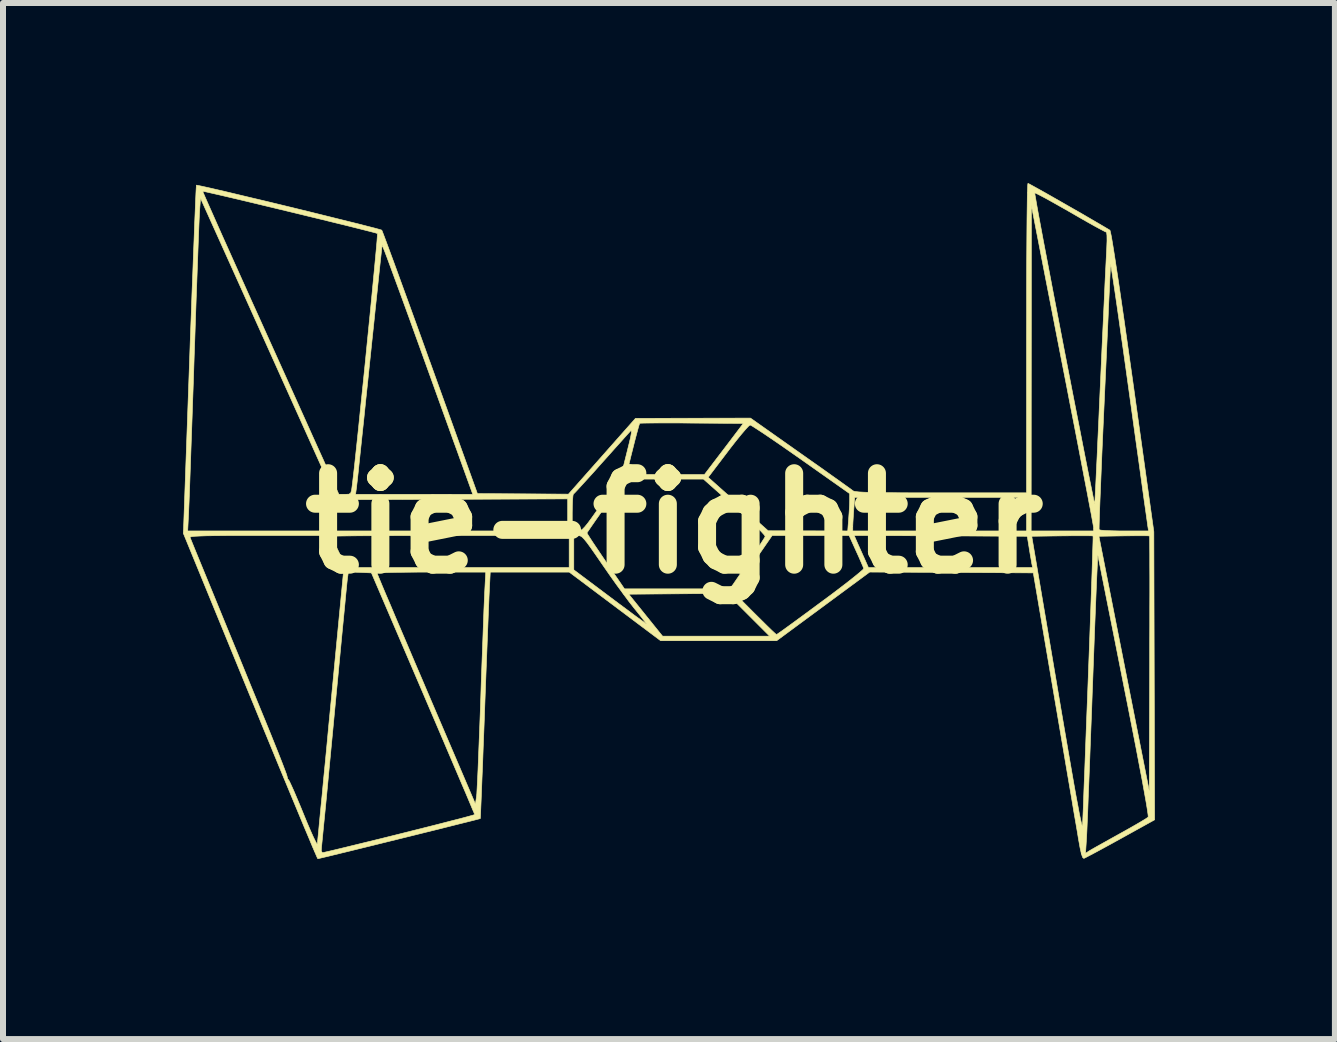
<source format=kicad_pcb>
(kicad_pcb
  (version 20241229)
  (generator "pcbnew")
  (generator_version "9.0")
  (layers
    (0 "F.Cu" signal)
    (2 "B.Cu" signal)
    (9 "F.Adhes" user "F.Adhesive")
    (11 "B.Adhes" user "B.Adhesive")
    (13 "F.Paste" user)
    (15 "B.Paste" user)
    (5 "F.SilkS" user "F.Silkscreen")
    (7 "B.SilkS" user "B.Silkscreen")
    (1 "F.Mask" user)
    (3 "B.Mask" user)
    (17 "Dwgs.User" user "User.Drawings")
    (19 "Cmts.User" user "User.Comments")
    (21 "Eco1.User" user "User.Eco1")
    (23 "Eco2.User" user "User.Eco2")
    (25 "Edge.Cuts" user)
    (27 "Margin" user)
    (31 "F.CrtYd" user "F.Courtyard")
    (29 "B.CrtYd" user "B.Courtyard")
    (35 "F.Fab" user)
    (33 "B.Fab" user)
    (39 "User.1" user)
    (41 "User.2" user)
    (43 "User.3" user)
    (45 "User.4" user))
  (footprint "tie-fighter"
    (layer "F.Cu")
    (at 8.186 5.669)
    (property "Reference" "tie-fighter" (at 0 0 0) (layer "F.SilkS") (effects (font (size 1.524 1.524) (thickness 0.3))))
    (attr through_hole)
    (fp_poly (pts (xy 5.916 -5.652) (xy 5.978 -5.618) (xy 6.072 -5.566) (xy 6.19 -5.5) (xy 6.325 -5.423) (xy 6.472 -5.339) (xy 6.624 -5.252) (xy 6.775 -5.166) (xy 6.917 -5.083) (xy 7.044 -5.009) (xy 7.15 -4.947) (xy 7.229 -4.9) (xy 7.257 -4.883) (xy 7.265 -4.854) (xy 7.281 -4.777) (xy 7.302 -4.653) (xy 7.329 -4.484) (xy 7.362 -4.27) (xy 7.401 -4.014) (xy 7.444 -3.718) (xy 7.493 -3.383) (xy 7.546 -3.01) (xy 7.604 -2.601) (xy 7.638 -2.362) (xy 7.988 0.14) (xy 8.001 4.94) (xy 7.427 5.258) (xy 7.271 5.344) (xy 7.128 5.422) (xy 7.006 5.488) (xy 6.909 5.539) (xy 6.846 5.572) (xy 6.822 5.583) (xy 6.802 5.567) (xy 6.781 5.508) (xy 6.779 5.498) (xy 6.85 5.498) (xy 6.911 5.458) (xy 6.952 5.434) (xy 7.029 5.39) (xy 7.135 5.331) (xy 7.262 5.26) (xy 7.402 5.182) (xy 7.422 5.171) (xy 7.56 5.094) (xy 7.683 5.024) (xy 7.784 4.965) (xy 7.856 4.921) (xy 7.892 4.896) (xy 7.894 4.894) (xy 7.893 4.864) (xy 7.882 4.785) (xy 7.862 4.661) (xy 7.832 4.493) (xy 7.794 4.282) (xy 7.746 4.03) (xy 7.691 3.739) (xy 7.627 3.412) (xy 7.556 3.049) (xy 7.49 2.718) (xy 7.426 2.394) (xy 7.365 2.085) (xy 7.307 1.793) (xy 7.253 1.523) (xy 7.204 1.277) (xy 7.161 1.06) (xy 7.124 0.875) (xy 7.095 0.727) (xy 7.073 0.618) (xy 7.06 0.552) (xy 7.056 0.533) (xy 7.054 0.552) (xy 7.05 0.619) (xy 7.045 0.729) (xy 7.038 0.879) (xy 7.03 1.066) (xy 7.021 1.287) (xy 7.011 1.537) (xy 7 1.813) (xy 6.989 2.112) (xy 6.977 2.43) (xy 6.965 2.763) (xy 6.964 2.769) (xy 6.952 3.11) (xy 6.939 3.44) (xy 6.927 3.757) (xy 6.916 4.054) (xy 6.905 4.329) (xy 6.895 4.577) (xy 6.887 4.795) (xy 6.879 4.977) (xy 6.873 5.12) (xy 6.868 5.221) (xy 6.865 5.27) (xy 6.85 5.498) (xy 6.779 5.498) (xy 6.758 5.403) (xy 6.745 5.329) (xy 6.733 5.264) (xy 6.715 5.152) (xy 6.689 5) (xy 6.656 4.81) (xy 6.619 4.587) (xy 6.576 4.335) (xy 6.529 4.059) (xy 6.479 3.763) (xy 6.426 3.451) (xy 6.371 3.127) (xy 6.34 2.946) (xy 5.98 0.826) (xy 3.254 0.812) (xy 2.479 1.384) (xy 1.704 1.956) (xy -0.229 1.956) (xy -0.991 1.384) (xy -1.752 0.813) (xy -3.068 0.813) (xy -3.084 1.137) (xy -3.088 1.218) (xy -3.093 1.345) (xy -3.1 1.513) (xy -3.108 1.715) (xy -3.117 1.947) (xy -3.127 2.204) (xy -3.138 2.481) (xy -3.149 2.772) (xy -3.16 3.072) (xy -3.164 3.187) (xy -3.175 3.478) (xy -3.186 3.754) (xy -3.195 4.01) (xy -3.205 4.243) (xy -3.213 4.449) (xy -3.22 4.622) (xy -3.226 4.76) (xy -3.23 4.857) (xy -3.233 4.91) (xy -3.234 4.919) (xy -3.259 4.926) (xy -3.328 4.944) (xy -3.435 4.971) (xy -3.576 5.006) (xy -3.743 5.048) (xy -3.933 5.096) (xy -4.14 5.147) (xy -4.357 5.201) (xy -4.58 5.256) (xy -4.803 5.311) (xy -5.021 5.365) (xy -5.229 5.416) (xy -5.42 5.463) (xy -5.589 5.504) (xy -5.732 5.539) (xy -5.841 5.565) (xy -5.913 5.582) (xy -5.941 5.588) (xy -5.941 5.588) (xy -5.953 5.565) (xy -5.982 5.498) (xy -5.999 5.459) (xy -5.883 5.459) (xy -5.867 5.486) (xy -5.861 5.487) (xy -5.831 5.481) (xy -5.756 5.464) (xy -5.642 5.437) (xy -5.493 5.401) (xy -5.313 5.357) (xy -5.108 5.307) (xy -4.883 5.252) (xy -4.642 5.192) (xy -4.578 5.176) (xy -4.335 5.115) (xy -4.108 5.058) (xy -3.9 5.005) (xy -3.718 4.958) (xy -3.565 4.919) (xy -3.446 4.887) (xy -3.366 4.865) (xy -3.329 4.853) (xy -3.327 4.852) (xy -3.337 4.827) (xy -3.366 4.759) (xy -3.411 4.651) (xy -3.472 4.506) (xy -3.548 4.329) (xy -3.636 4.122) (xy -3.736 3.888) (xy -3.845 3.632) (xy -3.963 3.356) (xy -4.088 3.064) (xy -4.187 2.832) (xy -5.045 0.832) (xy -4.953 0.832) (xy -4.943 0.858) (xy -4.915 0.926) (xy -4.87 1.035) (xy -4.809 1.18) (xy -4.733 1.357) (xy -4.646 1.564) (xy -4.547 1.796) (xy -4.438 2.051) (xy -4.322 2.324) (xy -4.198 2.613) (xy -4.134 2.764) (xy -3.315 4.677) (xy -3.297 4.554) (xy -3.292 4.507) (xy -3.287 4.414) (xy -3.28 4.28) (xy -3.272 4.11) (xy -3.264 3.908) (xy -3.255 3.68) (xy -3.245 3.431) (xy -3.235 3.164) (xy -3.226 2.908) (xy -3.217 2.625) (xy -3.207 2.349) (xy -3.197 2.086) (xy -3.188 1.841) (xy -3.18 1.62) (xy -3.173 1.429) (xy -3.166 1.273) (xy -3.161 1.158) (xy -3.158 1.099) (xy -3.143 0.813) (xy -4.048 0.813) (xy -4.257 0.813) (xy -4.448 0.815) (xy -4.617 0.817) (xy -4.758 0.82) (xy -4.865 0.824) (xy -4.932 0.828) (xy -4.953 0.832) (xy -5.045 0.832) (xy -5.047 0.826) (xy -5.24 0.818) (xy -5.432 0.811) (xy -5.447 0.92) (xy -5.452 0.961) (xy -5.461 1.05) (xy -5.474 1.18) (xy -5.49 1.35) (xy -5.51 1.555) (xy -5.533 1.79) (xy -5.558 2.052) (xy -5.585 2.337) (xy -5.614 2.642) (xy -5.645 2.961) (xy -5.664 3.162) (xy -5.695 3.489) (xy -5.725 3.802) (xy -5.753 4.098) (xy -5.779 4.374) (xy -5.803 4.625) (xy -5.825 4.847) (xy -5.844 5.037) (xy -5.859 5.191) (xy -5.87 5.304) (xy -5.877 5.372) (xy -5.879 5.391) (xy -5.883 5.459) (xy -5.999 5.459) (xy -6.029 5.39) (xy -6.09 5.243) (xy -6.167 5.061) (xy -6.256 4.847) (xy -6.357 4.604) (xy -6.469 4.334) (xy -6.591 4.04) (xy -6.72 3.726) (xy -6.857 3.394) (xy -6.999 3.047) (xy -7.069 2.878) (xy -8.153 0.235) (xy -8.07 0.235) (xy -8.057 0.266) (xy -8.027 0.34) (xy -7.981 0.453) (xy -7.921 0.599) (xy -7.849 0.774) (xy -7.767 0.974) (xy -7.676 1.195) (xy -7.579 1.432) (xy -7.477 1.681) (xy -7.372 1.937) (xy -7.265 2.196) (xy -7.16 2.453) (xy -7.057 2.705) (xy -6.958 2.946) (xy -6.865 3.172) (xy -6.822 3.276) (xy -6.739 3.479) (xy -6.663 3.668) (xy -6.595 3.838) (xy -6.538 3.983) (xy -6.494 4.098) (xy -6.464 4.179) (xy -6.452 4.218) (xy -6.452 4.22) (xy -6.441 4.262) (xy -6.43 4.271) (xy -6.415 4.296) (xy -6.384 4.362) (xy -6.339 4.461) (xy -6.285 4.588) (xy -6.223 4.735) (xy -6.182 4.836) (xy -6.119 4.989) (xy -6.062 5.122) (xy -6.014 5.229) (xy -5.977 5.304) (xy -5.955 5.342) (xy -5.95 5.344) (xy -5.946 5.312) (xy -5.938 5.233) (xy -5.926 5.111) (xy -5.911 4.95) (xy -5.892 4.752) (xy -5.869 4.523) (xy -5.845 4.265) (xy -5.817 3.983) (xy -5.788 3.68) (xy -5.758 3.359) (xy -5.728 3.052) (xy -5.513 0.809) (xy -5.665 0.506) (xy -5.81 0.216) (xy -5.715 0.216) (xy -5.704 0.243) (xy -5.675 0.305) (xy -5.632 0.393) (xy -5.588 0.483) (xy -5.461 0.737) (xy -1.753 0.737) (xy -1.753 0.203) (xy -1.676 0.203) (xy -1.676 0.775) (xy -1.075 1.226) (xy -0.923 1.34) (xy -0.784 1.443) (xy -0.665 1.532) (xy -0.569 1.602) (xy -0.501 1.651) (xy -0.468 1.675) (xy -0.465 1.676) (xy -0.477 1.658) (xy -0.516 1.607) (xy -0.575 1.532) (xy -0.65 1.439) (xy -0.669 1.416) (xy -0.749 1.314) (xy -0.848 1.181) (xy -0.76 1.181) (xy -0.197 1.88) (xy 1.587 1.88) (xy 0.875 1.168) (xy -0.76 1.181) (xy -0.848 1.181) (xy -0.849 1.18) (xy -0.874 1.145) (xy 0.981 1.145) (xy 1.335 1.5) (xy 1.444 1.608) (xy 1.54 1.703) (xy 1.619 1.78) (xy 1.674 1.831) (xy 1.7 1.853) (xy 1.701 1.854) (xy 1.724 1.839) (xy 1.783 1.798) (xy 1.873 1.733) (xy 1.99 1.648) (xy 2.129 1.546) (xy 2.285 1.431) (xy 2.438 1.318) (xy 2.606 1.194) (xy 2.759 1.078) (xy 2.894 0.974) (xy 3.005 0.886) (xy 3.089 0.817) (xy 3.14 0.772) (xy 3.155 0.754) (xy 3.142 0.72) (xy 3.112 0.65) (xy 3.071 0.556) (xy 3.029 0.464) (xy 2.911 0.203) (xy 1.629 0.203) (xy 1.467 0.438) (xy 1.377 0.568) (xy 1.276 0.715) (xy 1.179 0.856) (xy 1.143 0.909) (xy 0.981 1.145) (xy -0.874 1.145) (xy -0.961 1.027) (xy -1.076 0.865) (xy -1.187 0.705) (xy -1.205 0.679) (xy -1.311 0.525) (xy -1.393 0.408) (xy -1.455 0.323) (xy -1.502 0.265) (xy -1.537 0.229) (xy -1.566 0.211) (xy -1.592 0.204) (xy -1.603 0.203) (xy -1.676 0.203) (xy -1.753 0.203) (xy -3.734 0.203) (xy -4.046 0.203) (xy -4.343 0.204) (xy -4.621 0.205) (xy -4.877 0.206) (xy -5.105 0.207) (xy -5.303 0.208) (xy -5.467 0.21) (xy -5.593 0.212) (xy -5.676 0.214) (xy -5.713 0.216) (xy -5.715 0.216) (xy -5.81 0.216) (xy -5.817 0.203) (xy -6.95 0.203) (xy -7.229 0.203) (xy -7.461 0.204) (xy -7.65 0.206) (xy -7.798 0.208) (xy -7.91 0.212) (xy -7.99 0.216) (xy -8.041 0.222) (xy -8.066 0.228) (xy -8.07 0.235) (xy -8.153 0.235) (xy -8.181 0.168) (xy -8.18 0.16) (xy -1.457 0.16) (xy -1.444 0.184) (xy -1.407 0.243) (xy -1.349 0.332) (xy -1.274 0.443) (xy -1.187 0.572) (xy -1.146 0.632) (xy -0.831 1.092) (xy 0.048 1.092) (xy 0.927 1.092) (xy 1.214 0.673) (xy 1.302 0.543) (xy 1.381 0.426) (xy 1.445 0.329) (xy 1.49 0.259) (xy 1.512 0.222) (xy 1.513 0.22) (xy 1.503 0.203) (xy 2.996 0.203) (xy 3.032 0.286) (xy 3.06 0.35) (xy 3.101 0.441) (xy 3.146 0.542) (xy 3.151 0.552) (xy 3.233 0.737) (xy 5.968 0.737) (xy 5.954 0.667) (xy 5.944 0.607) (xy 5.928 0.517) (xy 5.911 0.414) (xy 5.91 0.406) (xy 5.879 0.216) (xy 5.954 0.216) (xy 6.374 2.698) (xy 6.445 3.119) (xy 6.509 3.491) (xy 6.565 3.818) (xy 6.614 4.101) (xy 6.656 4.342) (xy 6.692 4.543) (xy 6.723 4.707) (xy 6.747 4.836) (xy 6.767 4.931) (xy 6.782 4.996) (xy 6.792 5.031) (xy 6.799 5.039) (xy 6.801 5.023) (xy 6.801 5.022) (xy 6.803 4.974) (xy 6.807 4.879) (xy 6.813 4.74) (xy 6.819 4.563) (xy 6.827 4.35) (xy 6.837 4.106) (xy 6.847 3.835) (xy 6.858 3.54) (xy 6.87 3.225) (xy 6.883 2.894) (xy 6.896 2.552) (xy 6.896 2.542) (xy 6.909 2.203) (xy 6.921 1.879) (xy 6.932 1.573) (xy 6.942 1.289) (xy 6.951 1.03) (xy 6.959 0.8) (xy 6.965 0.603) (xy 6.97 0.442) (xy 6.974 0.321) (xy 6.976 0.242) (xy 6.976 0.216) (xy 7.073 0.216) (xy 7.492 2.338) (xy 7.912 4.46) (xy 7.919 2.34) (xy 7.919 2.016) (xy 7.92 1.708) (xy 7.92 1.418) (xy 7.921 1.15) (xy 7.921 0.908) (xy 7.92 0.696) (xy 7.92 0.518) (xy 7.919 0.377) (xy 7.918 0.277) (xy 7.917 0.221) (xy 7.916 0.211) (xy 7.889 0.208) (xy 7.819 0.207) (xy 7.716 0.207) (xy 7.589 0.208) (xy 7.49 0.209) (xy 7.073 0.216) (xy 6.976 0.216) (xy 6.976 0.211) (xy 6.975 0.211) (xy 6.949 0.208) (xy 6.879 0.207) (xy 6.774 0.207) (xy 6.641 0.207) (xy 6.489 0.209) (xy 6.46 0.209) (xy 5.954 0.216) (xy 5.879 0.216) (xy 4.437 0.209) (xy 2.996 0.203) (xy 1.503 0.203) (xy 1.498 0.194) (xy 1.448 0.138) (xy 1.365 0.055) (xy 1.252 -0.051) (xy 1.114 -0.177) (xy 1.005 -0.275) (xy 0.484 -0.737) (xy -0.83 -0.737) (xy -1.142 -0.294) (xy -1.234 -0.163) (xy -1.316 -0.046) (xy -1.383 0.051) (xy -1.43 0.12) (xy -1.455 0.157) (xy -1.457 0.16) (xy -8.18 0.16) (xy -8.179 0.127) (xy -8.109 0.127) (xy -5.802 0.127) (xy -5.717 0.127) (xy -1.778 0.127) (xy -1.778 -0.176) (xy -1.702 -0.176) (xy -1.702 0.127) (xy -1.616 0.127) (xy -1.586 0.125) (xy -1.559 0.117) (xy -1.529 0.096) (xy -1.492 0.058) (xy -1.443 -0.002) (xy -1.378 -0.09) (xy -1.293 -0.21) (xy -1.21 -0.327) (xy -0.902 -0.766) (xy 0.563 -0.766) (xy 1.562 0.124) (xy 2.888 0.127) (xy 2.972 0.127) (xy 5.867 0.127) (xy 5.944 0.127) (xy 6.985 0.127) (xy 6.984 0.092) (xy 7.076 0.092) (xy 7.077 0.107) (xy 7.106 0.114) (xy 7.176 0.12) (xy 7.279 0.124) (xy 7.407 0.127) (xy 7.495 0.127) (xy 7.9 0.127) (xy 7.885 0.032) (xy 7.88 -0.007) (xy 7.868 -0.093) (xy 7.85 -0.221) (xy 7.826 -0.388) (xy 7.798 -0.59) (xy 7.766 -0.824) (xy 7.73 -1.084) (xy 7.69 -1.368) (xy 7.648 -1.671) (xy 7.604 -1.99) (xy 7.57 -2.235) (xy 7.525 -2.559) (xy 7.482 -2.865) (xy 7.441 -3.152) (xy 7.404 -3.416) (xy 7.37 -3.652) (xy 7.34 -3.858) (xy 7.314 -4.031) (xy 7.293 -4.166) (xy 7.278 -4.261) (xy 7.269 -4.312) (xy 7.266 -4.318) (xy 7.265 -4.28) (xy 7.261 -4.194) (xy 7.255 -4.066) (xy 7.248 -3.898) (xy 7.238 -3.696) (xy 7.228 -3.462) (xy 7.216 -3.201) (xy 7.203 -2.916) (xy 7.189 -2.611) (xy 7.174 -2.291) (xy 7.164 -2.071) (xy 7.149 -1.745) (xy 7.135 -1.433) (xy 7.122 -1.139) (xy 7.111 -0.867) (xy 7.101 -0.621) (xy 7.092 -0.405) (xy 7.085 -0.221) (xy 7.08 -0.075) (xy 7.077 0.031) (xy 7.076 0.092) (xy 6.984 0.092) (xy 6.984 0.07) (xy 6.979 0.038) (xy 6.965 -0.041) (xy 6.943 -0.163) (xy 6.912 -0.325) (xy 6.875 -0.523) (xy 6.83 -0.755) (xy 6.78 -1.017) (xy 6.725 -1.305) (xy 6.665 -1.616) (xy 6.6 -1.947) (xy 6.533 -2.295) (xy 6.465 -2.642) (xy 5.948 -5.296) (xy 5.946 -2.584) (xy 5.944 0.127) (xy 5.867 0.127) (xy 5.867 -0.432) (xy 3.005 -0.432) (xy 2.988 -0.222) (xy 2.981 -0.115) (xy 2.975 -0.019) (xy 2.972 0.048) (xy 2.972 0.057) (xy 2.972 0.127) (xy 2.888 0.127) (xy 2.904 -0.083) (xy 2.912 -0.196) (xy 2.918 -0.304) (xy 2.92 -0.385) (xy 2.92 -0.394) (xy 2.92 -0.495) (xy 2.109 -1.067) (xy 1.929 -1.193) (xy 1.761 -1.31) (xy 1.609 -1.414) (xy 1.479 -1.502) (xy 1.375 -1.57) (xy 1.302 -1.617) (xy 1.265 -1.637) (xy 1.261 -1.638) (xy 1.236 -1.619) (xy 1.185 -1.564) (xy 1.114 -1.481) (xy 1.028 -1.375) (xy 0.931 -1.251) (xy 0.894 -1.202) (xy 0.563 -0.766) (xy -0.902 -0.766) (xy -0.891 -0.781) (xy -0.875 -0.845) (xy -0.787 -0.845) (xy -0.776 -0.834) (xy -0.739 -0.826) (xy -0.672 -0.821) (xy -0.571 -0.816) (xy -0.43 -0.814) (xy -0.245 -0.813) (xy -0.143 -0.813) (xy 0.501 -0.813) (xy 0.825 -1.238) (xy 1.148 -1.664) (xy 0.291 -1.67) (xy 0.087 -1.672) (xy -0.1 -1.672) (xy -0.264 -1.672) (xy -0.4 -1.671) (xy -0.501 -1.67) (xy -0.562 -1.668) (xy -0.578 -1.666) (xy -0.588 -1.639) (xy -0.607 -1.572) (xy -0.633 -1.476) (xy -0.663 -1.362) (xy -0.694 -1.238) (xy -0.725 -1.116) (xy -0.752 -1.005) (xy -0.773 -0.916) (xy -0.785 -0.859) (xy -0.787 -0.845) (xy -0.875 -0.845) (xy -0.791 -1.181) (xy -0.754 -1.331) (xy -0.729 -1.437) (xy -0.717 -1.504) (xy -0.716 -1.538) (xy -0.725 -1.543) (xy -0.735 -1.534) (xy -0.763 -1.503) (xy -0.821 -1.439) (xy -0.902 -1.348) (xy -1.002 -1.237) (xy -1.115 -1.11) (xy -1.222 -0.991) (xy -1.341 -0.857) (xy -1.45 -0.737) (xy -1.543 -0.635) (xy -1.616 -0.555) (xy -1.664 -0.504) (xy -1.683 -0.487) (xy -1.69 -0.46) (xy -1.696 -0.392) (xy -1.7 -0.294) (xy -1.702 -0.176) (xy -1.778 -0.176) (xy -1.778 -0.407) (xy -3.688 -0.4) (xy -5.597 -0.394) (xy -5.641 -0.223) (xy -5.666 -0.12) (xy -5.688 -0.024) (xy -5.701 0.038) (xy -5.717 0.127) (xy -5.802 0.127) (xy -5.731 -0.164) (xy -5.66 -0.454) (xy -6.777 -2.935) (xy -7.895 -5.416) (xy -7.909 -5.229) (xy -7.912 -5.176) (xy -7.917 -5.076) (xy -7.923 -4.933) (xy -7.93 -4.752) (xy -7.938 -4.536) (xy -7.947 -4.289) (xy -7.957 -4.015) (xy -7.968 -3.719) (xy -7.979 -3.403) (xy -7.99 -3.073) (xy -8.001 -2.769) (xy -8.012 -2.425) (xy -8.024 -2.09) (xy -8.035 -1.769) (xy -8.046 -1.464) (xy -8.056 -1.181) (xy -8.065 -0.924) (xy -8.073 -0.697) (xy -8.08 -0.505) (xy -8.086 -0.351) (xy -8.091 -0.24) (xy -8.093 -0.184) (xy -8.109 0.127) (xy -8.179 0.127) (xy -8.077 -2.728) (xy -8.064 -3.107) (xy -8.05 -3.472) (xy -8.038 -3.819) (xy -8.025 -4.145) (xy -8.014 -4.448) (xy -8.003 -4.724) (xy -7.994 -4.969) (xy -7.985 -5.181) (xy -7.978 -5.356) (xy -7.972 -5.491) (xy -7.97 -5.532) (xy -7.859 -5.532) (xy -7.85 -5.509) (xy -7.821 -5.442) (xy -7.774 -5.335) (xy -7.71 -5.191) (xy -7.631 -5.013) (xy -7.538 -4.804) (xy -7.432 -4.568) (xy -7.315 -4.307) (xy -7.188 -4.025) (xy -7.053 -3.724) (xy -6.91 -3.409) (xy -6.816 -3.2) (xy -6.668 -2.872) (xy -6.524 -2.553) (xy -6.386 -2.247) (xy -6.256 -1.959) (xy -6.135 -1.691) (xy -6.025 -1.446) (xy -5.927 -1.229) (xy -5.842 -1.042) (xy -5.774 -0.89) (xy -5.722 -0.775) (xy -5.688 -0.701) (xy -5.679 -0.679) (xy -5.59 -0.483) (xy -5.489 -0.483) (xy -5.312 -0.483) (xy -3.359 -0.483) (xy -3.572 -1.073) (xy -3.62 -1.207) (xy -3.684 -1.382) (xy -3.759 -1.592) (xy -3.845 -1.83) (xy -3.939 -2.091) (xy -4.038 -2.366) (xy -4.141 -2.651) (xy -4.244 -2.938) (xy -4.324 -3.159) (xy -4.418 -3.42) (xy -4.508 -3.667) (xy -4.591 -3.894) (xy -4.666 -4.098) (xy -4.731 -4.275) (xy -4.785 -4.421) (xy -4.827 -4.532) (xy -4.856 -4.603) (xy -4.868 -4.632) (xy -4.869 -4.632) (xy -4.873 -4.604) (xy -4.881 -4.529) (xy -4.894 -4.411) (xy -4.911 -4.255) (xy -4.931 -4.064) (xy -4.954 -3.842) (xy -4.981 -3.592) (xy -5.009 -3.32) (xy -5.04 -3.028) (xy -5.072 -2.72) (xy -5.079 -2.654) (xy -5.111 -2.342) (xy -5.143 -2.042) (xy -5.172 -1.758) (xy -5.2 -1.496) (xy -5.225 -1.259) (xy -5.247 -1.051) (xy -5.265 -0.876) (xy -5.28 -0.739) (xy -5.291 -0.644) (xy -5.296 -0.594) (xy -5.297 -0.591) (xy -5.312 -0.483) (xy -5.489 -0.483) (xy -5.425 -0.485) (xy -5.394 -0.503) (xy -5.379 -0.549) (xy -5.373 -0.591) (xy -5.363 -0.669) (xy -5.349 -0.789) (xy -5.331 -0.945) (xy -5.311 -1.132) (xy -5.288 -1.347) (xy -5.263 -1.585) (xy -5.237 -1.842) (xy -5.209 -2.112) (xy -5.18 -2.391) (xy -5.151 -2.675) (xy -5.123 -2.959) (xy -5.095 -3.239) (xy -5.068 -3.511) (xy -5.043 -3.769) (xy -5.02 -4.009) (xy -4.999 -4.227) (xy -4.981 -4.419) (xy -4.966 -4.579) (xy -4.955 -4.703) (xy -4.949 -4.787) (xy -4.947 -4.826) (xy -4.947 -4.828) (xy -4.974 -4.837) (xy -5.045 -4.856) (xy -5.155 -4.884) (xy -5.298 -4.92) (xy -5.469 -4.963) (xy -5.662 -5.01) (xy -5.873 -5.062) (xy -6.097 -5.116) (xy -6.327 -5.172) (xy -6.559 -5.228) (xy -6.788 -5.283) (xy -7.008 -5.336) (xy -7.213 -5.385) (xy -7.4 -5.429) (xy -7.562 -5.467) (xy -7.694 -5.497) (xy -7.79 -5.519) (xy -7.847 -5.531) (xy -7.859 -5.532) (xy -7.97 -5.532) (xy -7.967 -5.583) (xy -7.964 -5.629) (xy -7.964 -5.634) (xy -7.938 -5.63) (xy -7.867 -5.615) (xy -7.758 -5.591) (xy -7.615 -5.558) (xy -7.443 -5.518) (xy -7.247 -5.471) (xy -7.033 -5.42) (xy -6.805 -5.366) (xy -6.569 -5.309) (xy -6.33 -5.251) (xy -6.092 -5.193) (xy -5.862 -5.136) (xy -5.644 -5.082) (xy -5.443 -5.032) (xy -5.264 -4.988) (xy -5.113 -4.949) (xy -4.995 -4.919) (xy -4.915 -4.897) (xy -4.877 -4.885) (xy -4.875 -4.884) (xy -4.864 -4.857) (xy -4.837 -4.787) (xy -4.795 -4.675) (xy -4.74 -4.526) (xy -4.672 -4.342) (xy -4.594 -4.128) (xy -4.506 -3.886) (xy -4.409 -3.62) (xy -4.305 -3.333) (xy -4.195 -3.029) (xy -4.081 -2.711) (xy -4.069 -2.68) (xy -3.282 -0.495) (xy -2.524 -0.491) (xy -1.765 -0.486) (xy -0.648 -1.749) (xy 0.31 -1.751) (xy 1.268 -1.753) (xy 2.101 -1.165) (xy 2.284 -1.036) (xy 2.456 -0.915) (xy 2.61 -0.805) (xy 2.744 -0.71) (xy 2.851 -0.633) (xy 2.928 -0.578) (xy 2.969 -0.547) (xy 2.974 -0.543) (xy 2.99 -0.535) (xy 3.022 -0.529) (xy 3.074 -0.523) (xy 3.149 -0.519) (xy 3.251 -0.515) (xy 3.384 -0.513) (xy 3.551 -0.511) (xy 3.756 -0.509) (xy 4.003 -0.508) (xy 4.295 -0.508) (xy 4.441 -0.508) (xy 5.867 -0.508) (xy 5.867 -3.086) (xy 5.868 -3.498) (xy 5.868 -3.881) (xy 5.869 -4.233) (xy 5.871 -4.551) (xy 5.873 -4.834) (xy 5.875 -5.079) (xy 5.878 -5.285) (xy 5.88 -5.448) (xy 5.882 -5.505) (xy 6.004 -5.505) (xy 6.007 -5.479) (xy 6.02 -5.406) (xy 6.04 -5.29) (xy 6.068 -5.134) (xy 6.104 -4.941) (xy 6.146 -4.715) (xy 6.195 -4.459) (xy 6.249 -4.176) (xy 6.307 -3.87) (xy 6.37 -3.543) (xy 6.436 -3.199) (xy 6.494 -2.897) (xy 6.563 -2.542) (xy 6.629 -2.202) (xy 6.692 -1.88) (xy 6.751 -1.58) (xy 6.805 -1.303) (xy 6.854 -1.054) (xy 6.897 -0.836) (xy 6.934 -0.653) (xy 6.964 -0.506) (xy 6.985 -0.4) (xy 6.999 -0.338) (xy 7.003 -0.323) (xy 7.005 -0.351) (xy 7.009 -0.425) (xy 7.015 -0.543) (xy 7.023 -0.7) (xy 7.032 -0.892) (xy 7.043 -1.115) (xy 7.054 -1.366) (xy 7.067 -1.64) (xy 7.08 -1.934) (xy 7.094 -2.243) (xy 7.098 -2.324) (xy 7.112 -2.645) (xy 7.126 -2.956) (xy 7.14 -3.254) (xy 7.153 -3.533) (xy 7.165 -3.79) (xy 7.175 -4.02) (xy 7.185 -4.218) (xy 7.193 -4.379) (xy 7.199 -4.499) (xy 7.203 -4.573) (xy 7.203 -4.578) (xy 7.208 -4.706) (xy 7.207 -4.796) (xy 7.201 -4.845) (xy 7.195 -4.851) (xy 7.167 -4.864) (xy 7.102 -4.898) (xy 7.004 -4.951) (xy 6.881 -5.02) (xy 6.739 -5.101) (xy 6.594 -5.185) (xy 6.439 -5.273) (xy 6.299 -5.352) (xy 6.18 -5.418) (xy 6.087 -5.467) (xy 6.027 -5.497) (xy 6.004 -5.505) (xy 5.882 -5.505) (xy 5.884 -5.567) (xy 5.887 -5.64) (xy 5.891 -5.664) (xy 5.916 -5.652)) (stroke (width 0.01) (type solid)) (fill yes) (layer "F.SilkS")))
  (gr_rect
    (start -3 -3)
    (end 19.191 14.262)
    (stroke (width 0.1) (type default))
    (fill no)
    (layer "Edge.Cuts")))
</source>
